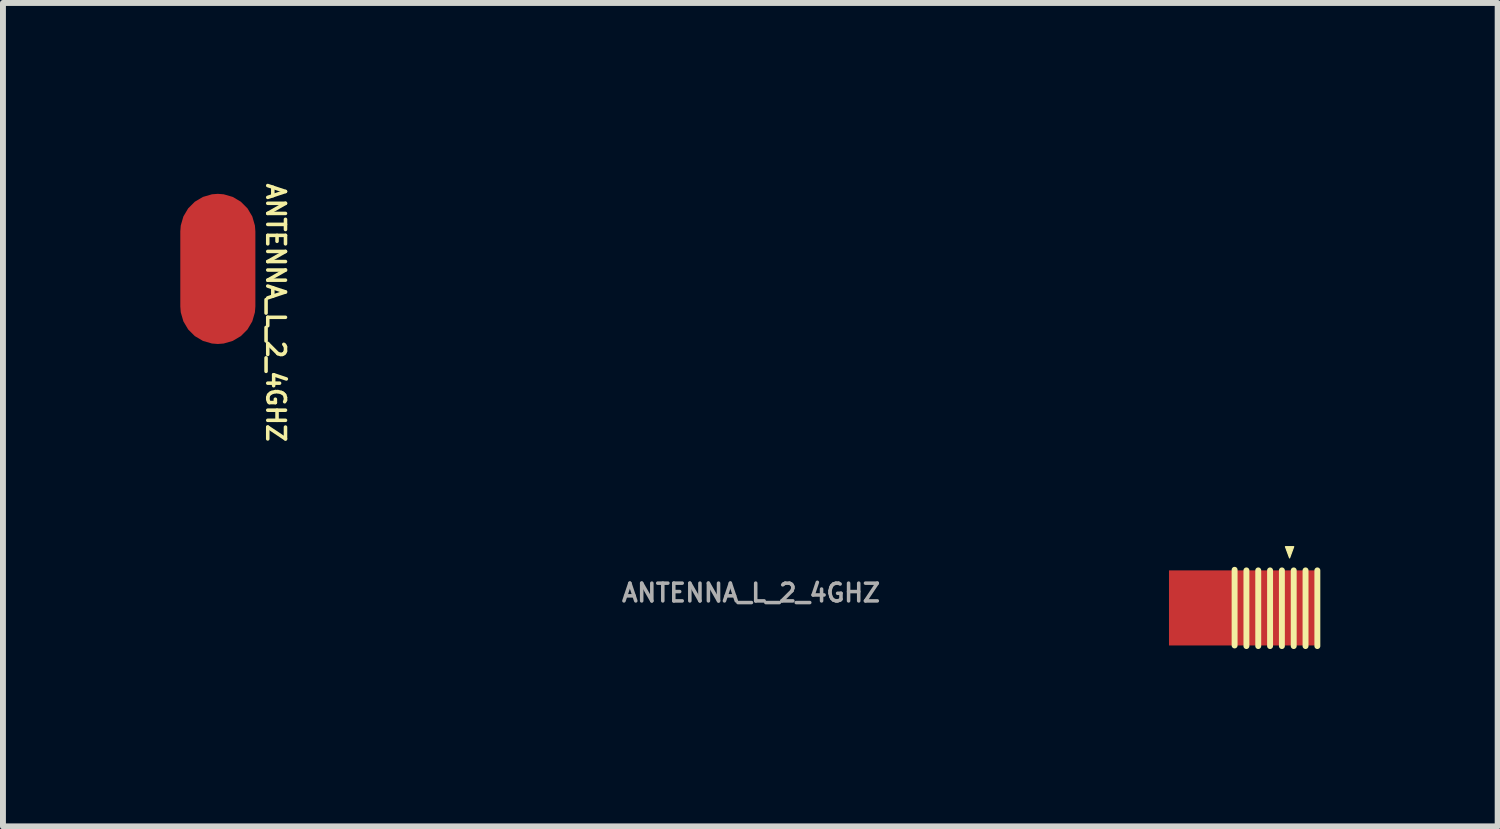
<source format=kicad_pcb>
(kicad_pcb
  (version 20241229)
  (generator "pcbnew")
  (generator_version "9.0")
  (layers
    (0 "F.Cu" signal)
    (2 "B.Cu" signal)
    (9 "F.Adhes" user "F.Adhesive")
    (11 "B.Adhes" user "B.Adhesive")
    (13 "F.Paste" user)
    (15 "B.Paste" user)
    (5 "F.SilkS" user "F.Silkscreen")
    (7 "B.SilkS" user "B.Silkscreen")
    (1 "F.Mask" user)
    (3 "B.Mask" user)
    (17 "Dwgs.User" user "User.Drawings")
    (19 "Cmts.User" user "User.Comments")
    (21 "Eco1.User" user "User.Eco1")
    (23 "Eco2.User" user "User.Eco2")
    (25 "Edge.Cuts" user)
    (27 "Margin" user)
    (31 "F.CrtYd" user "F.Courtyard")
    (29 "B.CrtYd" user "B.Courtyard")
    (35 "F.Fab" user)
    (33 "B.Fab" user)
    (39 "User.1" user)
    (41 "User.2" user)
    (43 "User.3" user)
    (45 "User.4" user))
  (footprint "ANTENNA_L_2_4GHZ"
    (layer "F.Cu")
    (at 0.635 1.499)
    (property "Reference" "ANTENNA_L_2_4GHZ" (at 0.98 0.74 270) (unlocked yes) (layer "F.SilkS") (effects (font (size 0.3 0.3) (thickness 0.06))))
    (attr smd)
    (fp_line (start 17.2 5.09) (end 17.2 6.37) (stroke (width 0.1) (type solid)) (layer "F.SilkS"))
    (fp_line (start 17.4 5.1) (end 17.4 6.38) (stroke (width 0.1) (type solid)) (layer "F.SilkS"))
    (fp_line (start 17.6 5.1) (end 17.6 6.38) (stroke (width 0.1) (type solid)) (layer "F.SilkS"))
    (fp_line (start 17.8 5.1) (end 17.8 6.38) (stroke (width 0.1) (type solid)) (layer "F.SilkS"))
    (fp_line (start 18 5.1) (end 18 6.38) (stroke (width 0.1) (type solid)) (layer "F.SilkS"))
    (fp_line (start 18.2 5.1) (end 18.2 6.38) (stroke (width 0.1) (type solid)) (layer "F.SilkS"))
    (fp_line (start 18.4 5.1) (end 18.4 6.38) (stroke (width 0.1) (type solid)) (layer "F.SilkS"))
    (fp_line (start 18.6 5.1) (end 18.6 6.38) (stroke (width 0.1) (type solid)) (layer "F.SilkS"))
    (fp_poly (pts (xy 18.13 4.889) (xy 18.06 4.699) (xy 18.2 4.699)) (stroke (width 0.02) (type solid)) (fill yes) (layer "F.SilkS"))
    (fp_text user "${REFERENCE}" (at 9.02 5.48 0) (unlocked yes) (layer "F.Fab") (effects (font (size 0.3 0.3) (thickness 0.06))))
    (pad "1" smd rect (at 0 0 180) (size 0.635 0.635) (layers "F.Cu" "F.Mask"))
    (pad "1" smd roundrect (at 0 0 180) (size 1.27 2.54) (layers "F.Cu") (roundrect_rratio 0.5))
    (pad "2" smd rect (at 17.36 5.735) (size 2.54 1.27) (layers "F.Cu")))
  (gr_rect
    (start -3 -3)
    (end 22.285 10.929)
    (stroke (width 0.1) (type default))
    (fill no)
    (layer "Edge.Cuts")))
</source>
